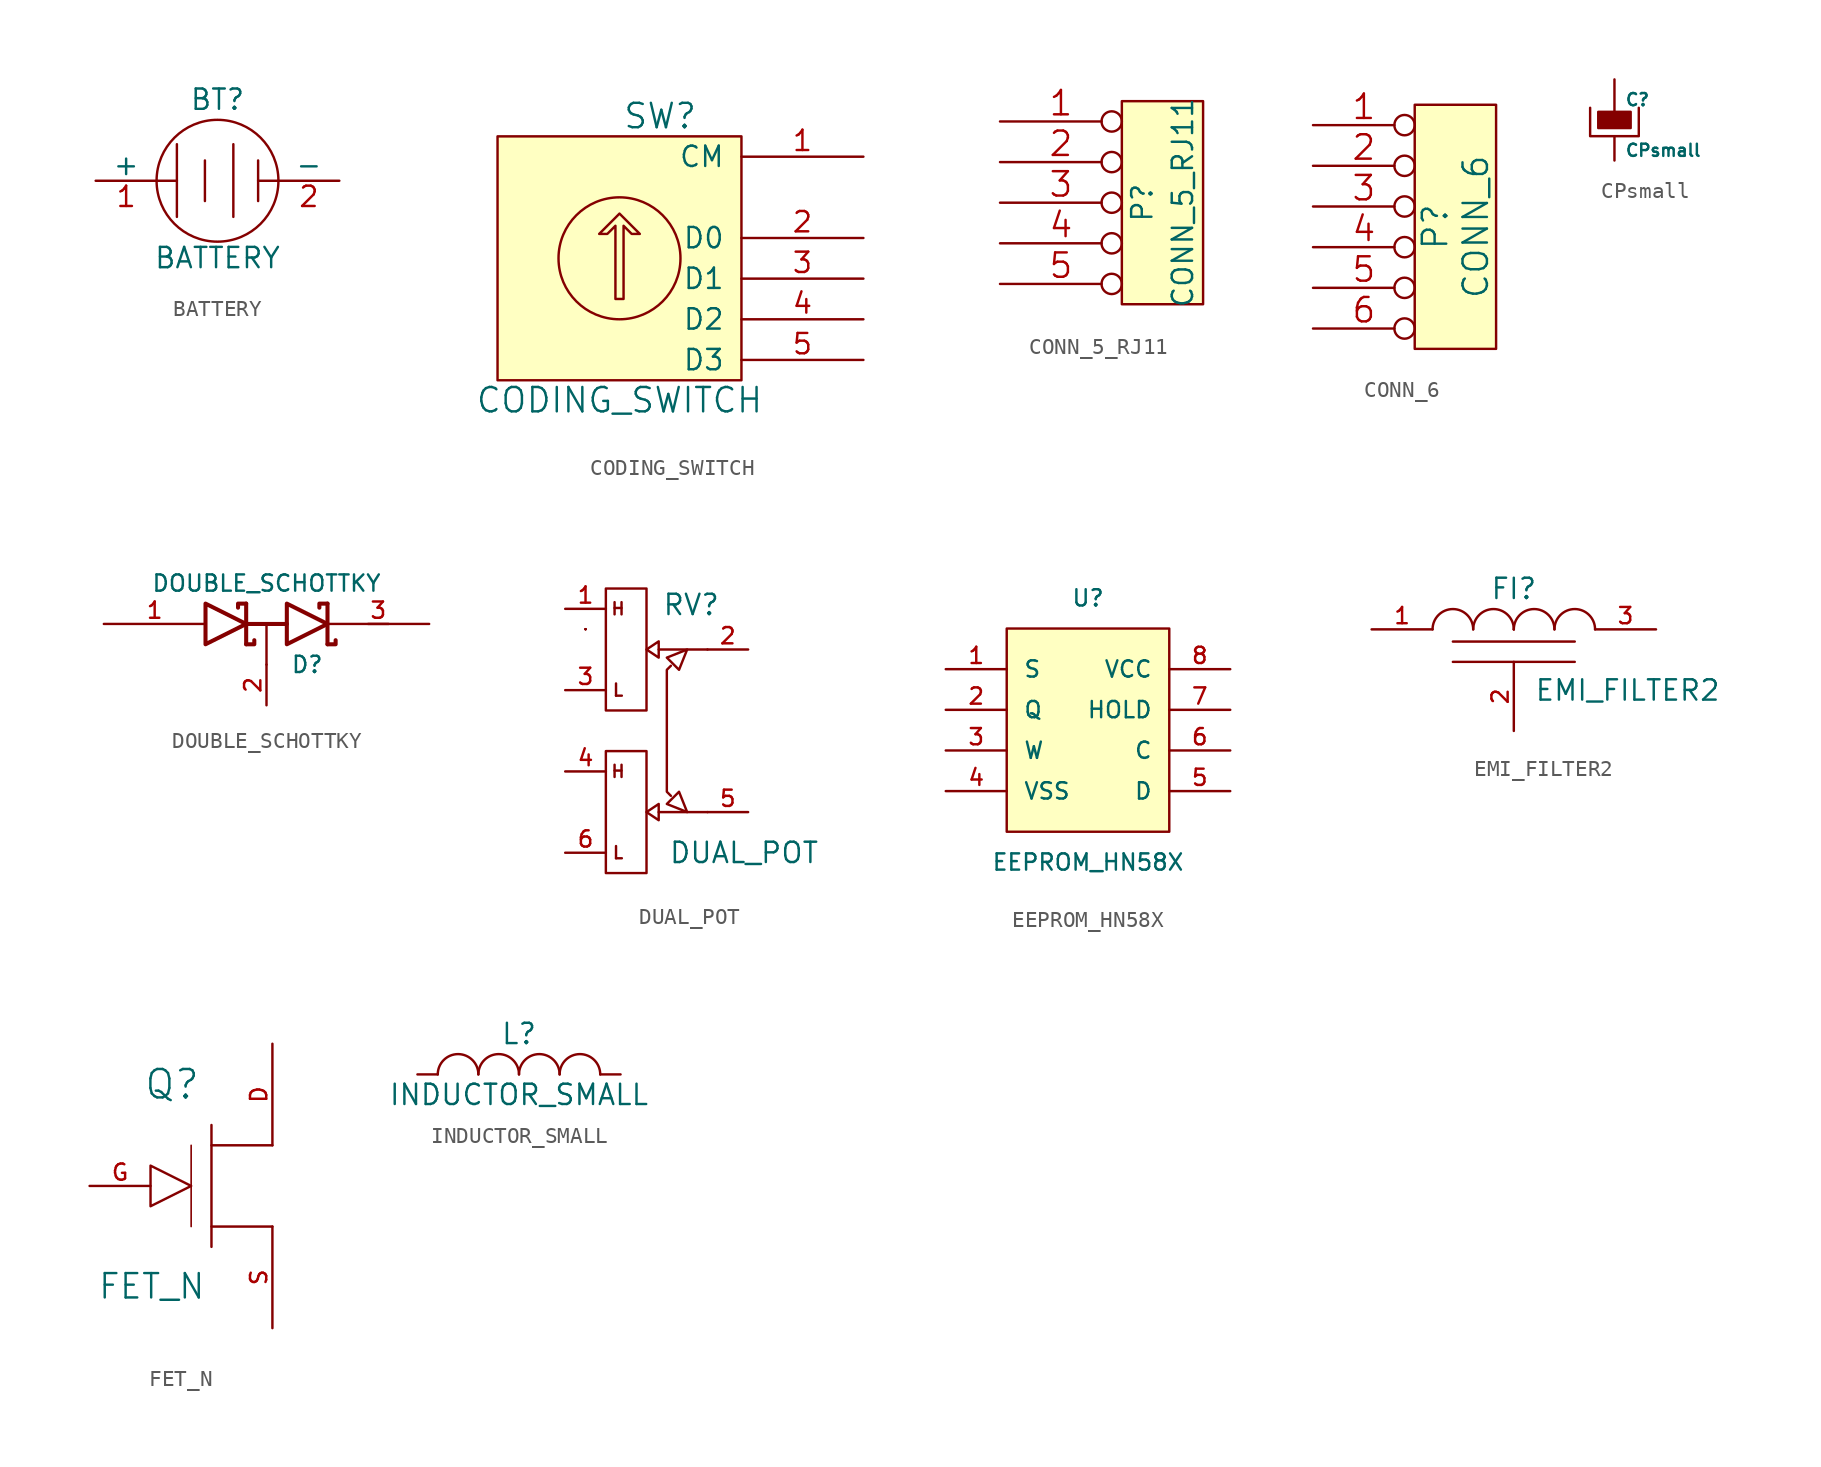
<source format=kicad_sym>
(kicad_symbol_lib
  (version 20231120)
  (generator "kicad_symbol_editor")
  (generator_version "8.0")
  (symbol "BATTERY"
    (pin_names
      (offset 0))
    (property "Reference" "BT"
      (at 0 5.08 0)
      (effects (font (size 1.27 1.27))))
    (property "Value" "BATTERY"
      (at 0 -4.826 0)
      (effects (font (size 1.27 1.27))))
    (property "Footprint" ""
      (at 0 0 0)
      (effects (font (size 1.524 1.524))))
    (property "Datasheet" ""
      (at 0 0 0)
      (effects (font (size 1.524 1.524))))
    (symbol "BATTERY_0_1"
      (polyline (pts (xy -2.54 0) (xy -3.81 0)) (stroke (width 0) (type solid)) (fill (type none)))
      (polyline (pts (xy -2.54 2.286) (xy -2.54 -2.261)) (stroke (width 0.152) (type solid)) (fill (type none)))
      (polyline (pts (xy -0.787 1.27) (xy -0.787 -1.27)) (stroke (width 0.152) (type solid)) (fill (type none)))
      (polyline (pts (xy 0.991 2.286) (xy 0.991 -2.261)) (stroke (width 0.152) (type solid)) (fill (type none)))
      (polyline (pts (xy 2.54 0) (xy 3.81 0)) (stroke (width 0) (type solid)) (fill (type none)))
      (polyline (pts (xy 2.54 1.27) (xy 2.54 -1.27)) (stroke (width 0.152) (type solid)) (fill (type none)))
      (circle (center 0 0) (radius 3.81) (stroke (width 0.152) (type solid)) (fill (type none))))
    (symbol "BATTERY_1_1"
      (pin passive line (at -7.62 0 0) (length 3.81) (name "+" (effects (font (size 1.27 1.27)))) (number "1" (effects (font (size 1.27 1.27)))))
      (pin passive line (at 7.62 0 180) (length 3.81) (name "-" (effects (font (size 1.27 1.27)))) (number "2" (effects (font (size 1.27 1.27)))))))
  (symbol "CODING_SWITCH"
    (pin_names
      (offset 1.016))
    (property "Reference" "SW"
      (at 2.54 8.89 0)
      (effects (font (size 1.524 1.524))))
    (property "Value" "CODING_SWITCH"
      (at 0 -8.865 0)
      (effects (font (size 1.524 1.524))))
    (property "Footprint" ""
      (at 0 0 0)
      (effects (font (size 1.524 1.524))))
    (property "Datasheet" ""
      (at 0 0 0)
      (effects (font (size 1.524 1.524))))
    (symbol "CODING_SWITCH_0_1"
      (polyline (pts (xy -0.254 -2.54) (xy -0.254 2.032) (xy -0.762 1.524) (xy -1.27 1.524) (xy 0 2.794) (xy 1.27 1.524) (xy 0.762 1.524) (xy 0.254 2.032) (xy 0.254 -2.54) (xy -0.254 -2.54) (xy -0.254 -2.54)) (stroke (width 0) (type solid)) (fill (type none)))
      (circle (center 0 0) (radius 3.81) (stroke (width 0) (type solid)) (fill (type none)))
      (rectangle (start 7.62 7.62) (end -7.62 -7.62) (stroke (width 0) (type solid)) (fill (type background))))
    (symbol "CODING_SWITCH_1_1"
      (pin passive line (at 15.24 6.35 180) (length 7.62) (name "CM" (effects (font (size 1.27 1.27)))) (number "1" (effects (font (size 1.27 1.27)))))
      (pin passive line (at 15.24 1.27 180) (length 7.62) (name "D0" (effects (font (size 1.27 1.27)))) (number "2" (effects (font (size 1.27 1.27)))))
      (pin passive line (at 15.24 -1.27 180) (length 7.62) (name "D1" (effects (font (size 1.27 1.27)))) (number "3" (effects (font (size 1.27 1.27)))))
      (pin passive line (at 15.24 -3.81 180) (length 7.62) (name "D2" (effects (font (size 1.27 1.27)))) (number "4" (effects (font (size 1.27 1.27)))))
      (pin passive line (at 15.24 -6.35 180) (length 7.62) (name "D3" (effects (font (size 1.27 1.27)))) (number "5" (effects (font (size 1.27 1.27)))))))
  (symbol "CONN_5_RJ11"
    (pin_names
      (offset 1.016))
    (property "Reference" "P"
      (at -1.27 0 90)
      (effects (font (size 1.27 1.27))))
    (property "Value" "CONN_5_RJ11"
      (at 1.27 0 90)
      (effects (font (size 1.27 1.27))))
    (property "Footprint" ""
      (at 0 0 0)
      (effects (font (size 1.524 1.524))))
    (property "Datasheet" ""
      (at 0 0 0)
      (effects (font (size 1.524 1.524))))
    (symbol "CONN_5_RJ11_0_1"
      (rectangle (start -2.54 6.35) (end 2.54 -6.35) (stroke (width 0) (type solid)) (fill (type background))))
    (symbol "CONN_5_RJ11_1_1"
      (pin power_out inverted (at -10.16 5.08 0) (length 7.62) (name "~" (effects (font (size 1.524 1.524)))) (number "1" (effects (font (size 1.524 1.524)))))
      (pin passive inverted (at -10.16 2.54 0) (length 7.62) (name "~" (effects (font (size 1.524 1.524)))) (number "2" (effects (font (size 1.524 1.524)))))
      (pin passive inverted (at -10.16 0 0) (length 7.62) (name "~" (effects (font (size 1.524 1.524)))) (number "3" (effects (font (size 1.524 1.524)))))
      (pin power_out inverted (at -10.16 -2.54 0) (length 7.62) (name "~" (effects (font (size 1.524 1.524)))) (number "4" (effects (font (size 1.524 1.524)))))
      (pin passive inverted (at -10.16 -5.08 0) (length 7.62) (name "~" (effects (font (size 1.524 1.524)))) (number "5" (effects (font (size 1.524 1.524)))))))
  (symbol "CONN_6"
    (pin_names
      (offset 0.762) hide)
    (property "Reference" "P"
      (at -1.27 0 90)
      (effects (font (size 1.524 1.524))))
    (property "Value" "CONN_6"
      (at 1.27 0 90)
      (effects (font (size 1.524 1.524))))
    (property "Footprint" ""
      (at 0 0 0)
      (effects (font (size 1.524 1.524))))
    (property "Datasheet" ""
      (at 0 0 0)
      (effects (font (size 1.524 1.524))))
    (symbol "CONN_6_0_1"
      (rectangle (start -2.54 7.62) (end 2.54 -7.62) (stroke (width 0) (type solid)) (fill (type background))))
    (symbol "CONN_6_1_1"
      (pin passive inverted (at -8.89 6.35 0) (length 6.35) (name "1" (effects (font (size 1.524 1.524)))) (number "1" (effects (font (size 1.524 1.524)))))
      (pin passive inverted (at -8.89 3.81 0) (length 6.35) (name "2" (effects (font (size 1.524 1.524)))) (number "2" (effects (font (size 1.524 1.524)))))
      (pin passive inverted (at -8.89 1.27 0) (length 6.35) (name "3" (effects (font (size 1.524 1.524)))) (number "3" (effects (font (size 1.524 1.524)))))
      (pin passive inverted (at -8.89 -1.27 0) (length 6.35) (name "4" (effects (font (size 1.524 1.524)))) (number "4" (effects (font (size 1.524 1.524)))))
      (pin passive inverted (at -8.89 -3.81 0) (length 6.35) (name "5" (effects (font (size 1.524 1.524)))) (number "5" (effects (font (size 1.524 1.524)))))
      (pin passive inverted (at -8.89 -6.35 0) (length 6.35) (name "6" (effects (font (size 1.524 1.524)))) (number "6" (effects (font (size 1.524 1.524)))))))
  (symbol "CPsmall"
    (pin_numbers hide)
    (pin_names
      (offset 0.254) hide)
    (property "Reference" "C"
      (at 0.635 1.27 0)
      (effects (font (size 0.762 0.762)) (justify left)))
    (property "Value" "CPsmall"
      (at 0.635 -1.905 0)
      (effects (font (size 0.762 0.762)) (justify left)))
    (property "Footprint" ""
      (at 0 0 0)
      (effects (font (size 1.524 1.524))))
    (property "Datasheet" ""
      (at 0 0 0)
      (effects (font (size 1.524 1.524))))
    (symbol "CPsmall_0_1"
      (rectangle (start -1.016 0.508) (end 1.016 -0.508) (stroke (width 0) (type solid)) (fill (type outline)))
      (polyline (pts (xy 1.524 0.762) (xy 1.524 -1.016) (xy -1.524 -1.016) (xy -1.524 0.762)) (stroke (width 0) (type solid)) (fill (type none))))
    (symbol "CPsmall_1_1"
      (pin passive line (at 0 2.54 270) (length 2.032) (name "~" (effects (font (size 1.016 1.016)))) (number "1" (effects (font (size 1.016 1.016)))))
      (pin passive line (at 0 -2.54 90) (length 1.524) (name "~" (effects (font (size 1.016 1.016)))) (number "2" (effects (font (size 1.016 1.016)))))))
  (symbol "DOUBLE_SCHOTTKY"
    (pin_names
      (offset 0.762) hide)
    (property "Reference" "D"
      (at 2.54 -2.54 0)
      (effects (font (size 1.016 1.016))))
    (property "Value" "DOUBLE_SCHOTTKY"
      (at 0 2.54 0)
      (effects (font (size 1.016 1.016))))
    (property "Footprint" ""
      (at 0 0 0)
      (effects (font (size 1.524 1.524))))
    (property "Datasheet" ""
      (at 0 0 0)
      (effects (font (size 1.524 1.524))))
    (symbol "DOUBLE_SCHOTTKY_0_1"
      (polyline (pts (xy 0 0) (xy 0 -2.54)) (stroke (width 0) (type solid)) (fill (type none)))
      (polyline (pts (xy 6.35 0) (xy 7.62 0)) (stroke (width 0) (type solid)) (fill (type none)))
      (polyline (pts (xy -1.27 -1.27) (xy -1.27 1.27) (xy -1.27 1.27)) (stroke (width 0.254) (type solid)) (fill (type none)))
      (polyline (pts (xy -1.27 0) (xy 1.27 0) (xy 1.27 0)) (stroke (width 0.254) (type solid)) (fill (type none)))
      (polyline (pts (xy 3.81 1.27) (xy 3.81 -1.27) (xy 3.81 -1.27)) (stroke (width 0.254) (type solid)) (fill (type none)))
      (polyline (pts (xy -1.27 -1.27) (xy -0.762 -1.27) (xy -0.762 -1.016) (xy -0.762 -1.016)) (stroke (width 0.254) (type solid)) (fill (type none)))
      (polyline (pts (xy 3.81 -1.27) (xy 4.318 -1.27) (xy 4.318 -1.016) (xy 4.318 -1.016)) (stroke (width 0.254) (type solid)) (fill (type none)))
      (polyline (pts (xy 3.81 1.27) (xy 3.302 1.27) (xy 3.302 1.016) (xy 3.302 1.016)) (stroke (width 0.254) (type solid)) (fill (type none)))
      (polyline (pts (xy -1.778 1.016) (xy -1.778 1.27) (xy -1.27 1.27) (xy -1.27 1.27) (xy -1.27 1.27)) (stroke (width 0.254) (type solid)) (fill (type none)))
      (polyline (pts (xy -3.81 1.27) (xy -1.27 0) (xy -3.81 -1.27) (xy -3.81 1.27) (xy -3.81 1.27) (xy -3.81 1.27)) (stroke (width 0.254) (type solid)) (fill (type none)))
      (polyline (pts (xy 1.27 1.27) (xy 3.81 0) (xy 1.27 -1.27) (xy 1.27 1.27) (xy 1.27 1.27) (xy 1.27 1.27)) (stroke (width 0.254) (type solid)) (fill (type none)))
      (pin passive line (at -10.16 0 0) (length 6.35) (name "Anode" (effects (font (size 1.016 1.016)))) (number "1" (effects (font (size 1.016 1.016)))))
      (pin passive line (at 0 -5.08 90) (length 2.54) (name "AK" (effects (font (size 1.016 1.016)))) (number "2" (effects (font (size 1.016 1.016)))))
      (pin passive line (at 10.16 0 180) (length 6.35) (name "cathode" (effects (font (size 1.016 1.016)))) (number "3" (effects (font (size 1.016 1.016)))))))
  (symbol "DUAL_POT"
    (pin_names
      (offset 1.016) hide)
    (property "Reference" "RV"
      (at 4.064 7.874 0)
      (effects (font (size 1.27 1.27))))
    (property "Value" "DUAL_POT"
      (at 7.366 -7.62 0)
      (effects (font (size 1.27 1.27))))
    (property "Footprint" ""
      (at 0 0 0)
      (effects (font (size 1.524 1.524))))
    (property "Datasheet" ""
      (at 0 0 0)
      (effects (font (size 1.524 1.524))))
    (symbol "DUAL_POT_0_0"
      (text "H" (at -0.508 -2.54 0) (effects (font (size 0.762 0.762))))
      (text "H" (at -0.508 7.62 0) (effects (font (size 0.762 0.762))))
      (text "L" (at -0.508 -7.62 0) (effects (font (size 0.762 0.762))))
      (text "L" (at -0.508 2.54 0) (effects (font (size 0.762 0.762)))))
    (symbol "DUAL_POT_0_1"
      (rectangle (start -2.54 6.35) (end -2.54 6.35) (stroke (width 0) (type solid)) (fill (type none)))
      (rectangle (start -2.54 6.35) (end -2.54 6.35) (stroke (width 0) (type solid)) (fill (type none)))
      (rectangle (start -2.54 6.35) (end -2.54 6.35) (stroke (width 0) (type solid)) (fill (type none)))
      (rectangle (start -2.54 6.35) (end -2.54 6.35) (stroke (width 0) (type solid)) (fill (type none)))
      (rectangle (start -1.27 -1.27) (end 1.27 -8.89) (stroke (width 0) (type solid)) (fill (type none)))
      (rectangle (start -1.27 8.89) (end 1.27 1.27) (stroke (width 0) (type solid)) (fill (type none)))
      (polyline (pts (xy 5.08 5.08) (xy 2.032 5.08) (xy 2.032 5.08) (xy 2.032 5.08)) (stroke (width 0) (type solid)) (fill (type none)))
      (polyline (pts (xy 2.032 -5.588) (xy 2.032 -4.572) (xy 1.27 -5.08) (xy 2.032 -5.588) (xy 2.032 -5.588)) (stroke (width 0) (type solid)) (fill (type none)))
      (polyline (pts (xy 3.81 -5.08) (xy 2.54 -4.572) (xy 3.302 -3.81) (xy 3.81 -5.08) (xy 3.81 -5.08)) (stroke (width 0) (type solid)) (fill (type none)))
      (polyline (pts (xy 5.08 -5.08) (xy 2.032 -5.08) (xy 2.032 -5.08) (xy 2.032 -5.08) (xy 2.032 -5.08)) (stroke (width 0) (type solid)) (fill (type none)))
      (polyline (pts (xy 2.032 4.572) (xy 2.032 5.588) (xy 1.27 5.08) (xy 2.032 4.572) (xy 2.032 4.572) (xy 2.032 4.572)) (stroke (width 0) (type solid)) (fill (type none)))
      (polyline (pts (xy 2.794 4.064) (xy 2.54 3.81) (xy 2.54 -3.81) (xy 2.794 -4.064) (xy 2.794 -4.064) (xy 2.794 -4.064)) (stroke (width 0) (type solid)) (fill (type none)))
      (polyline (pts (xy 3.81 5.08) (xy 2.54 4.572) (xy 3.302 3.81) (xy 3.81 5.08) (xy 3.81 5.08) (xy 3.81 5.08)) (stroke (width 0) (type solid)) (fill (type none))))
    (symbol "DUAL_POT_1_1"
      (pin passive line (at -3.81 7.62 0) (length 2.54) (name "1" (effects (font (size 1.016 1.016)))) (number "1" (effects (font (size 1.016 1.016)))))
      (pin passive line (at 7.62 5.08 180) (length 2.54) (name "2" (effects (font (size 1.016 1.016)))) (number "2" (effects (font (size 1.016 1.016)))))
      (pin passive line (at -3.81 2.54 0) (length 2.54) (name "3" (effects (font (size 1.016 1.016)))) (number "3" (effects (font (size 1.016 1.016)))))
      (pin passive line (at -3.81 -2.54 0) (length 2.54) (name "~" (effects (font (size 1.016 1.016)))) (number "4" (effects (font (size 1.016 1.016)))))
      (pin passive line (at 7.62 -5.08 180) (length 2.54) (name "~" (effects (font (size 1.016 1.016)))) (number "5" (effects (font (size 1.016 1.016)))))
      (pin passive line (at -3.81 -7.62 0) (length 2.54) (name "~" (effects (font (size 1.016 1.016)))) (number "6" (effects (font (size 1.016 1.016)))))))
  (symbol "EEPROM_HN58X"
    (pin_names
      (offset 1.016))
    (property "Reference" "U"
      (at 0 8.255 0)
      (effects (font (size 1.016 1.016))))
    (property "Value" "EEPROM_HN58X"
      (at 0 -8.255 0)
      (effects (font (size 1.016 1.016))))
    (property "Footprint" ""
      (at 0 0 0)
      (effects (font (size 1.524 1.524))))
    (property "Datasheet" ""
      (at 0 0 0)
      (effects (font (size 1.524 1.524))))
    (symbol "EEPROM_HN58X_0_1"
      (rectangle (start -5.08 6.35) (end 5.08 -6.35) (stroke (width 0) (type solid)) (fill (type background))))
    (symbol "EEPROM_HN58X_1_1"
      (pin input line (at -8.89 3.81 0) (length 3.81) (name "S" (effects (font (size 1.016 1.016)))) (number "1" (effects (font (size 1.016 1.016)))))
      (pin input line (at -8.89 1.27 0) (length 3.81) (name "Q" (effects (font (size 1.016 1.016)))) (number "2" (effects (font (size 1.016 1.016)))))
      (pin input line (at -8.89 -1.27 0) (length 3.81) (name "W" (effects (font (size 1.016 1.016)))) (number "3" (effects (font (size 1.016 1.016)))))
      (pin input line (at -8.89 -3.81 0) (length 3.81) (name "VSS" (effects (font (size 1.016 1.016)))) (number "4" (effects (font (size 1.016 1.016)))))
      (pin input line (at 8.89 -3.81 180) (length 3.81) (name "D" (effects (font (size 1.016 1.016)))) (number "5" (effects (font (size 1.016 1.016)))))
      (pin input line (at 8.89 -1.27 180) (length 3.81) (name "C" (effects (font (size 1.016 1.016)))) (number "6" (effects (font (size 1.016 1.016)))))
      (pin input line (at 8.89 1.27 180) (length 3.81) (name "HOLD" (effects (font (size 1.016 1.016)))) (number "7" (effects (font (size 1.016 1.016)))))
      (pin input line (at 8.89 3.81 180) (length 3.81) (name "VCC" (effects (font (size 1.016 1.016)))) (number "8" (effects (font (size 1.016 1.016)))))))
  (symbol "EMI_FILTER2"
    (pin_names
      (offset 1.016) hide)
    (property "Reference" "FI"
      (at 0 2.54 0)
      (effects (font (size 1.27 1.27))))
    (property "Value" "EMI_FILTER2"
      (at 1.27 -3.81 0)
      (effects (font (size 1.27 1.27)) (justify left)))
    (property "Footprint" ""
      (at 0 0 0)
      (effects (font (size 1.524 1.524))))
    (property "Datasheet" ""
      (at 0 0 0)
      (effects (font (size 1.524 1.524))))
    (symbol "EMI_FILTER2_0_1"
      (arc (start -2.54 0) (mid -3.81 1.27) (end -5.08 0) (stroke (width 0) (type solid)) (fill (type none)))
      (arc (start 0 0) (mid -1.27 1.27) (end -2.54 0) (stroke (width 0) (type solid)) (fill (type none)))
      (arc (start 0 0) (mid 0 0) (end 0 0) (stroke (width 0) (type solid)) (fill (type none)))
      (polyline (pts (xy -3.81 -2.032) (xy 3.81 -2.032) (xy 3.81 -2.032) (xy 3.81 -2.032)) (stroke (width 0) (type solid)) (fill (type none)))
      (polyline (pts (xy -3.81 -0.762) (xy 3.81 -0.762) (xy 3.81 -0.762) (xy 3.81 -0.762)) (stroke (width 0) (type solid)) (fill (type none)))
      (arc (start 2.54 0) (mid 1.27 1.27) (end 0 0) (stroke (width 0) (type solid)) (fill (type none)))
      (arc (start 5.08 0) (mid 3.81 1.27) (end 2.54 0) (stroke (width 0) (type solid)) (fill (type none))))
    (symbol "EMI_FILTER2_1_1"
      (pin passive line (at -8.89 0 0) (length 3.81) (name "VI" (effects (font (size 1.016 1.016)))) (number "1" (effects (font (size 1.016 1.016)))))
      (pin passive line (at 0 -6.35 90) (length 4.318) (name "GND" (effects (font (size 1.016 1.016)))) (number "2" (effects (font (size 1.016 1.016)))))
      (pin passive line (at 8.89 0 180) (length 3.81) (name "VO" (effects (font (size 1.016 1.016)))) (number "3" (effects (font (size 1.016 1.016)))))))
  (symbol "FET_N"
    (pin_names
      (offset 0.762) hide)
    (property "Reference" "Q"
      (at -2.464 6.35 0)
      (effects (font (size 1.778 1.778))))
    (property "Value" "FET_N"
      (at -3.734 -6.274 0)
      (effects (font (size 1.524 1.524))))
    (property "Footprint" ""
      (at 0 0 0)
      (effects (font (size 1.524 1.524))))
    (property "Datasheet" ""
      (at 0 0 0)
      (effects (font (size 1.524 1.524))))
    (symbol "FET_N_0_1"
      (polyline (pts (xy 0 -3.81) (xy 0 3.81)) (stroke (width 0.152) (type solid)) (fill (type none)))
      (polyline (pts (xy 0 -2.54) (xy 3.81 -2.54)) (stroke (width 0) (type solid)) (fill (type none)))
      (polyline (pts (xy 0 2.54) (xy 3.81 2.54)) (stroke (width 0) (type solid)) (fill (type none)))
      (polyline (pts (xy -1.27 2.54) (xy -1.27 -2.54) (xy -1.27 -2.54)) (stroke (width 0.102) (type solid)) (fill (type none)))
      (polyline (pts (xy -1.27 0) (xy -3.81 -1.27) (xy -3.81 1.27) (xy -1.27 0) (xy -1.27 0)) (stroke (width 0) (type solid)) (fill (type none))))
    (symbol "FET_N_1_1"
      (pin passive line (at 3.81 8.89 270) (length 6.35) (name "D" (effects (font (size 1.016 1.016)))) (number "D" (effects (font (size 1.016 1.016)))))
      (pin input line (at -7.62 0 0) (length 3.81) (name "G" (effects (font (size 1.016 1.016)))) (number "G" (effects (font (size 1.016 1.016)))))
      (pin passive line (at 3.81 -8.89 90) (length 6.35) (name "S" (effects (font (size 1.016 1.016)))) (number "S" (effects (font (size 1.016 1.016)))))))
  (symbol "INDUCTOR_SMALL"
    (pin_numbers hide)
    (pin_names
      (offset 0) hide)
    (property "Reference" "L"
      (at 0 2.54 0)
      (effects (font (size 1.27 1.27))))
    (property "Value" "INDUCTOR_SMALL"
      (at 0 -1.27 0)
      (effects (font (size 1.27 1.27))))
    (property "Footprint" ""
      (at 0 0 0)
      (effects (font (size 1.524 1.524))))
    (property "Datasheet" ""
      (at 0 0 0)
      (effects (font (size 1.524 1.524))))
    (symbol "INDUCTOR_SMALL_0_1"
      (arc (start -2.54 0) (mid -3.81 1.27) (end -5.08 0) (stroke (width 0) (type solid)) (fill (type none)))
      (arc (start 0 0) (mid -1.27 1.27) (end -2.54 0) (stroke (width 0) (type solid)) (fill (type none)))
      (arc (start 2.54 0) (mid 1.27 1.27) (end 0 0) (stroke (width 0) (type solid)) (fill (type none)))
      (arc (start 5.08 0) (mid 3.81 1.27) (end 2.54 0) (stroke (width 0) (type solid)) (fill (type none))))
    (symbol "INDUCTOR_SMALL_1_1"
      (pin input line (at -6.35 0 0) (length 1.27) (name "1" (effects (font (size 0.762 0.762)))) (number "1" (effects (font (size 0.762 0.762)))))
      (pin input line (at 6.35 0 180) (length 1.27) (name "2" (effects (font (size 0.762 0.762)))) (number "2" (effects (font (size 0.762 0.762))))))))
</source>
